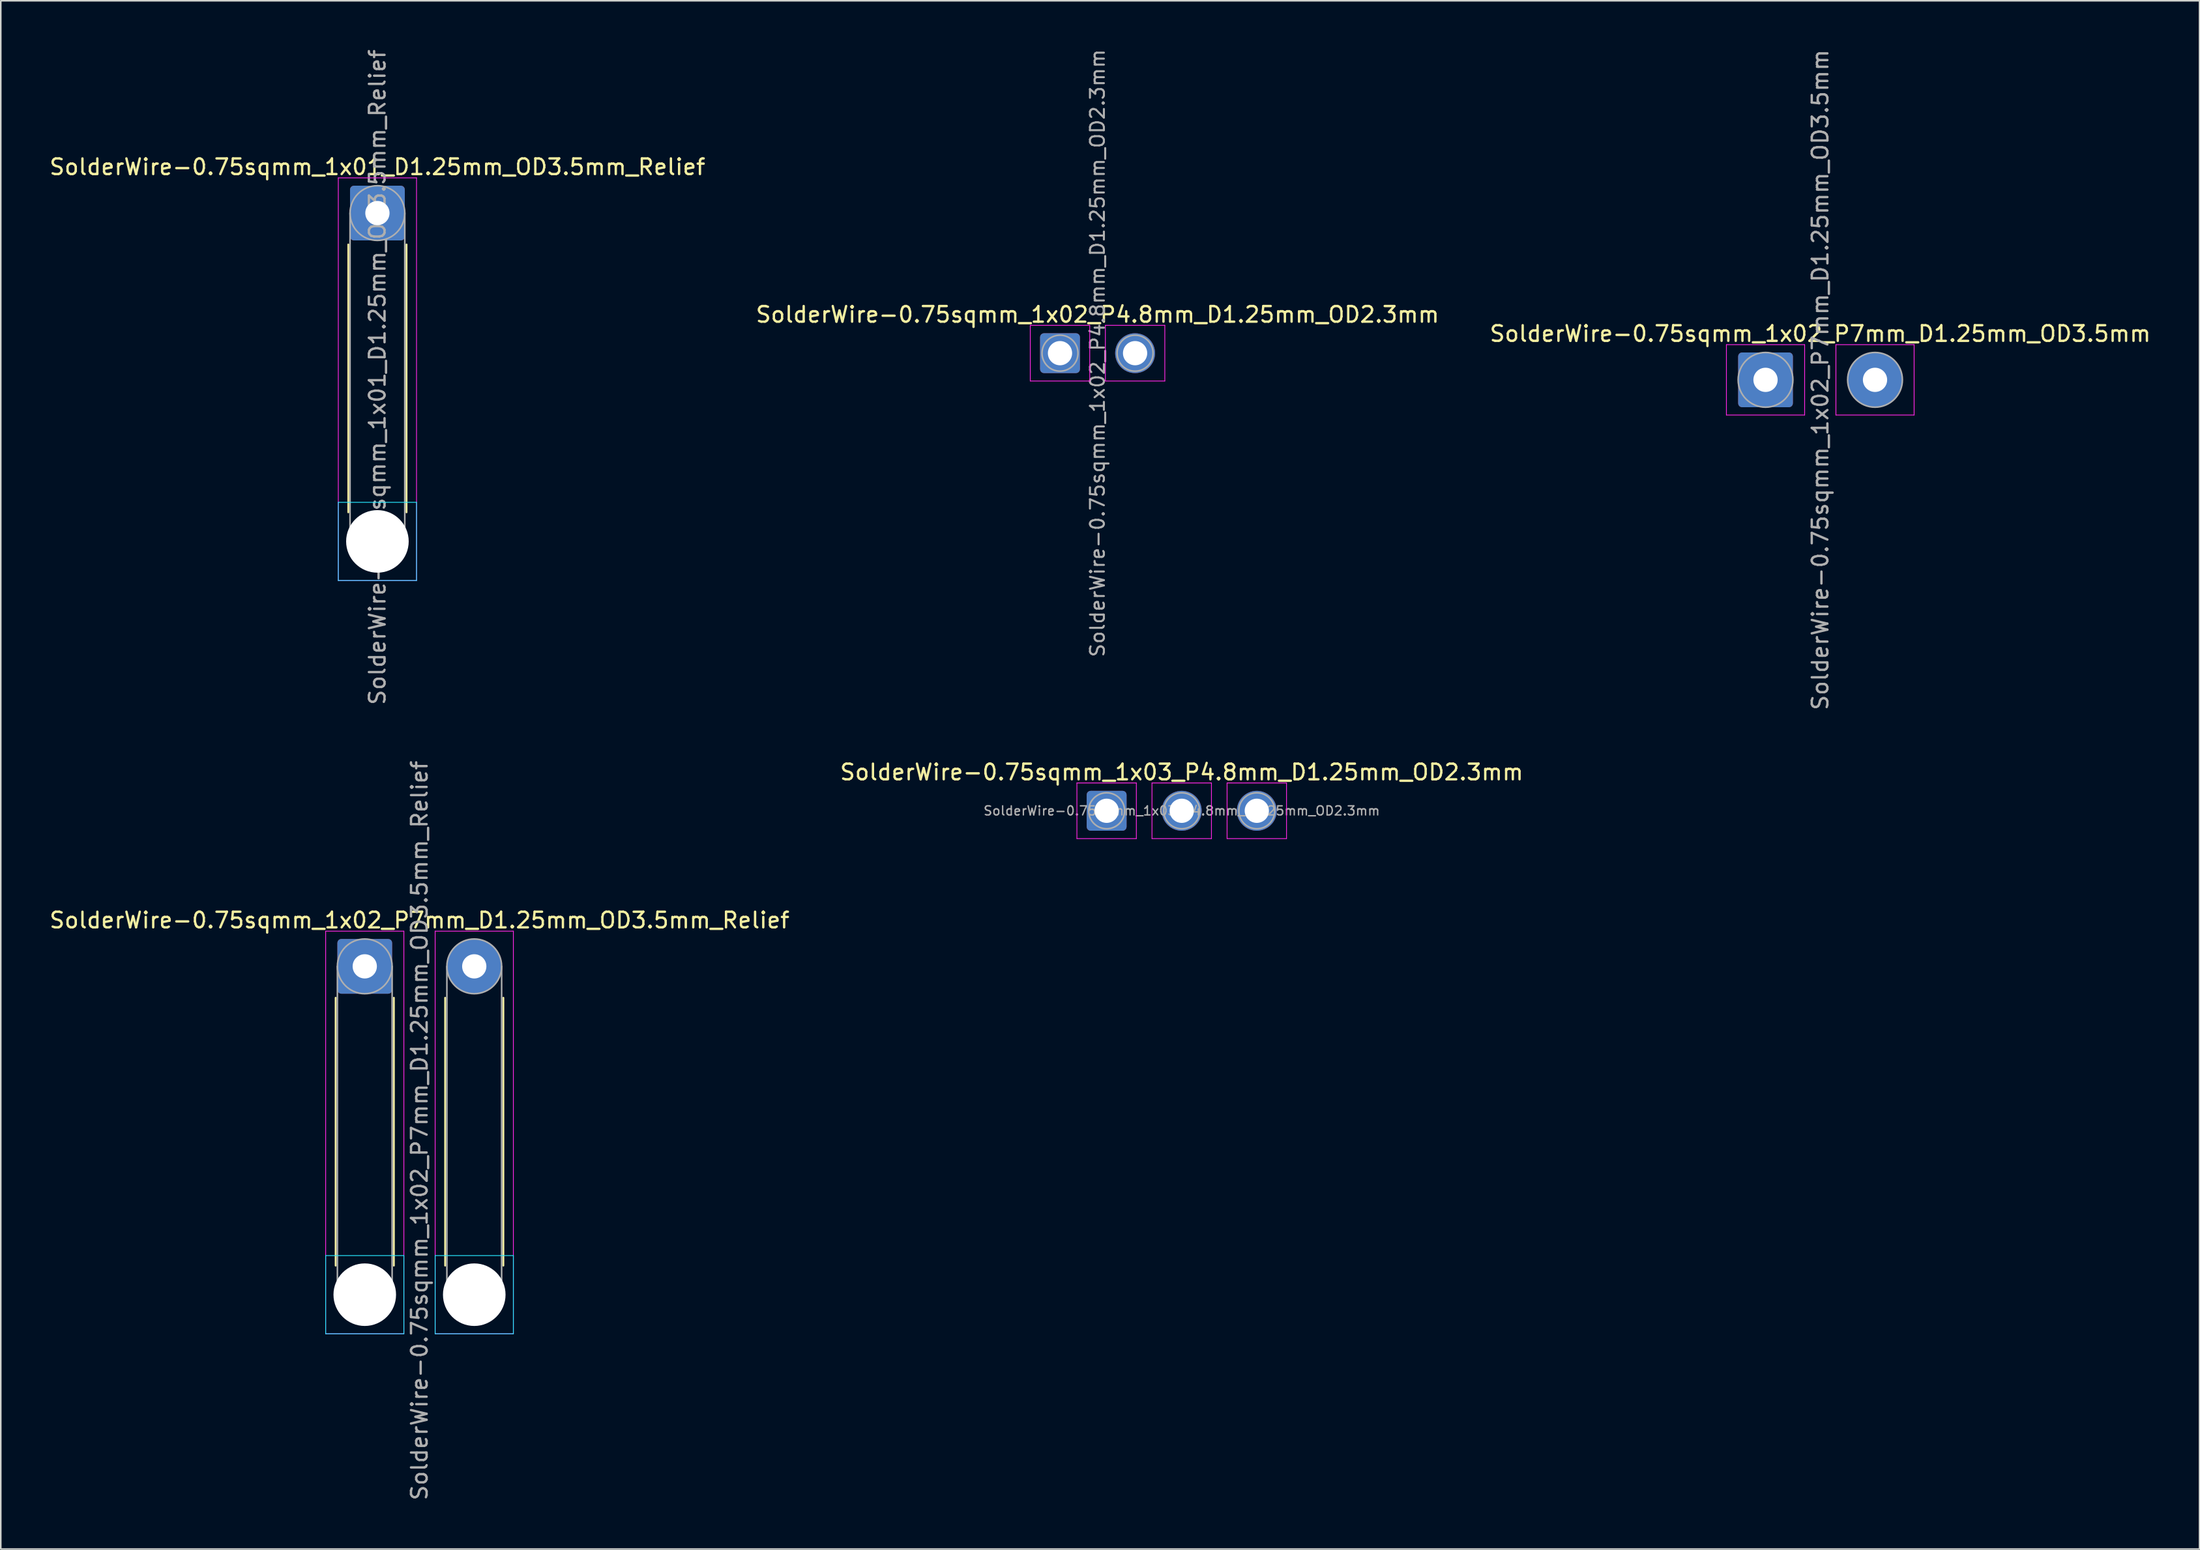
<source format=kicad_pcb>
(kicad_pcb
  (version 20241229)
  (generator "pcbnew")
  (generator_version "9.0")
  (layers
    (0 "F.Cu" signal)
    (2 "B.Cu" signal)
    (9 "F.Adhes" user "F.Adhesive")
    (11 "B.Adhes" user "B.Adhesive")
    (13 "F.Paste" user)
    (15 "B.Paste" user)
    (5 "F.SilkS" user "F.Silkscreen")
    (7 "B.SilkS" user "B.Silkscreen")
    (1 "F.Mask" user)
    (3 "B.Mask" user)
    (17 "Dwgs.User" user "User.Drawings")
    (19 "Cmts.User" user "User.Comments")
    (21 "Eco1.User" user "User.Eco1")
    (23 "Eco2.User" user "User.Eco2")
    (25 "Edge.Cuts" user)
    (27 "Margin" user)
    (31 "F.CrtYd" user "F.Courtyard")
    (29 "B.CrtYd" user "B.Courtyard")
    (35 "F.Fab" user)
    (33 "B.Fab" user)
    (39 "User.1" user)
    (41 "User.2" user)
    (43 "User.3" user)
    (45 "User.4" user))
  (footprint "SolderWire-0.75sqmm_1x02_P4.8mm_D1.25mm_OD2.3mm"
    (layer "F.Cu")
    (at 64.713 19.538)
    (property "Reference" "SolderWire-0.75sqmm_1x02_P4.8mm_D1.25mm_OD2.3mm" (at 2.4 -2.47 0) (layer "F.SilkS") (effects (font (size 1 1) (thickness 0.15))))
    (attr exclude_from_pos_files exclude_from_bom)
    (fp_line (start -1.9 -1.78) (end -1.9 1.78) (stroke (width 0.05) (type solid)) (layer "F.CrtYd"))
    (fp_line (start -1.9 1.78) (end 1.9 1.78) (stroke (width 0.05) (type solid)) (layer "F.CrtYd"))
    (fp_line (start 1.9 -1.78) (end -1.9 -1.78) (stroke (width 0.05) (type solid)) (layer "F.CrtYd"))
    (fp_line (start 1.9 1.78) (end 1.9 -1.78) (stroke (width 0.05) (type solid)) (layer "F.CrtYd"))
    (fp_line (start 2.9 -1.78) (end 2.9 1.78) (stroke (width 0.05) (type solid)) (layer "F.CrtYd"))
    (fp_line (start 2.9 1.78) (end 6.7 1.78) (stroke (width 0.05) (type solid)) (layer "F.CrtYd"))
    (fp_line (start 6.7 -1.78) (end 2.9 -1.78) (stroke (width 0.05) (type solid)) (layer "F.CrtYd"))
    (fp_line (start 6.7 1.78) (end 6.7 -1.78) (stroke (width 0.05) (type solid)) (layer "F.CrtYd"))
    (fp_circle (center 0 0) (end 1.15 0) (stroke (width 0.1) (type solid)) (fill no) (layer "F.Fab"))
    (fp_circle (center 4.8 0) (end 5.95 0) (stroke (width 0.1) (type solid)) (fill no) (layer "F.Fab"))
    (fp_text user "${REFERENCE}" (at 2.4 0 90) (layer "F.Fab") (effects (font (size 0.89 0.89) (thickness 0.13))))
    (pad "1" thru_hole roundrect (at 0 0) (size 2.55 2.55) (drill 1.55) (layers "*.Cu" "*.Mask") (roundrect_rratio 0.098))
    (pad "2" thru_hole circle (at 4.8 0) (size 2.55 2.55) (drill 1.55) (layers "*.Cu" "*.Mask")))
  (footprint "SolderWire-0.75sqmm_1x02_P7mm_D1.25mm_OD3.5mm"
    (layer "F.Cu")
    (at 109.815 21.244)
    (property "Reference" "SolderWire-0.75sqmm_1x02_P7mm_D1.25mm_OD3.5mm" (at 3.5 -2.95 0) (layer "F.SilkS") (effects (font (size 1 1) (thickness 0.15))))
    (attr exclude_from_pos_files exclude_from_bom)
    (fp_line (start -2.5 -2.25) (end -2.5 2.25) (stroke (width 0.05) (type solid)) (layer "F.CrtYd"))
    (fp_line (start -2.5 2.25) (end 2.5 2.25) (stroke (width 0.05) (type solid)) (layer "F.CrtYd"))
    (fp_line (start 2.5 -2.25) (end -2.5 -2.25) (stroke (width 0.05) (type solid)) (layer "F.CrtYd"))
    (fp_line (start 2.5 2.25) (end 2.5 -2.25) (stroke (width 0.05) (type solid)) (layer "F.CrtYd"))
    (fp_line (start 4.5 -2.25) (end 4.5 2.25) (stroke (width 0.05) (type solid)) (layer "F.CrtYd"))
    (fp_line (start 4.5 2.25) (end 9.5 2.25) (stroke (width 0.05) (type solid)) (layer "F.CrtYd"))
    (fp_line (start 9.5 -2.25) (end 4.5 -2.25) (stroke (width 0.05) (type solid)) (layer "F.CrtYd"))
    (fp_line (start 9.5 2.25) (end 9.5 -2.25) (stroke (width 0.05) (type solid)) (layer "F.CrtYd"))
    (fp_circle (center 0 0) (end 1.75 0) (stroke (width 0.1) (type solid)) (fill no) (layer "F.Fab"))
    (fp_circle (center 7 0) (end 8.75 0) (stroke (width 0.1) (type solid)) (fill no) (layer "F.Fab"))
    (fp_text user "${REFERENCE}" (at 3.5 0 90) (layer "F.Fab") (effects (font (size 1 1) (thickness 0.15))))
    (pad "1" thru_hole roundrect (at 0 0) (size 3.5 3.5) (drill 1.55) (layers "*.Cu" "*.Mask") (roundrect_rratio 0.071))
    (pad "2" thru_hole circle (at 7 0) (size 3.5 3.5) (drill 1.55) (layers "*.Cu" "*.Mask")))
  (footprint "SolderWire-0.75sqmm_1x02_P7mm_D1.25mm_OD3.5mm_Relief"
    (layer "F.Cu")
    (at 20.268 58.756)
    (property "Reference" "SolderWire-0.75sqmm_1x02_P7mm_D1.25mm_OD3.5mm_Relief" (at 3.5 -2.95 0) (layer "F.SilkS") (effects (font (size 1 1) (thickness 0.15))))
    (attr exclude_from_pos_files exclude_from_bom)
    (fp_line (start -1.86 2.01) (end -1.86 19.14) (stroke (width 0.12) (type solid)) (layer "F.SilkS"))
    (fp_line (start 1.86 2.01) (end 1.86 19.14) (stroke (width 0.12) (type solid)) (layer "F.SilkS"))
    (fp_line (start 5.14 2.01) (end 5.14 19.14) (stroke (width 0.12) (type solid)) (layer "F.SilkS"))
    (fp_line (start 8.86 2.01) (end 8.86 19.14) (stroke (width 0.12) (type solid)) (layer "F.SilkS"))
    (fp_line (start -2.5 18.5) (end -2.5 23.5) (stroke (width 0.05) (type solid)) (layer "B.CrtYd"))
    (fp_line (start -2.5 23.5) (end 2.5 23.5) (stroke (width 0.05) (type solid)) (layer "B.CrtYd"))
    (fp_line (start 2.5 18.5) (end -2.5 18.5) (stroke (width 0.05) (type solid)) (layer "B.CrtYd"))
    (fp_line (start 2.5 23.5) (end 2.5 18.5) (stroke (width 0.05) (type solid)) (layer "B.CrtYd"))
    (fp_line (start 4.5 18.5) (end 4.5 23.5) (stroke (width 0.05) (type solid)) (layer "B.CrtYd"))
    (fp_line (start 4.5 23.5) (end 9.5 23.5) (stroke (width 0.05) (type solid)) (layer "B.CrtYd"))
    (fp_line (start 9.5 18.5) (end 4.5 18.5) (stroke (width 0.05) (type solid)) (layer "B.CrtYd"))
    (fp_line (start 9.5 23.5) (end 9.5 18.5) (stroke (width 0.05) (type solid)) (layer "B.CrtYd"))
    (fp_line (start -2.5 -2.25) (end -2.5 23.5) (stroke (width 0.05) (type solid)) (layer "F.CrtYd"))
    (fp_line (start -2.5 23.5) (end 2.5 23.5) (stroke (width 0.05) (type solid)) (layer "F.CrtYd"))
    (fp_line (start 2.5 -2.25) (end -2.5 -2.25) (stroke (width 0.05) (type solid)) (layer "F.CrtYd"))
    (fp_line (start 2.5 23.5) (end 2.5 -2.25) (stroke (width 0.05) (type solid)) (layer "F.CrtYd"))
    (fp_line (start 4.5 -2.25) (end 4.5 23.5) (stroke (width 0.05) (type solid)) (layer "F.CrtYd"))
    (fp_line (start 4.5 23.5) (end 9.5 23.5) (stroke (width 0.05) (type solid)) (layer "F.CrtYd"))
    (fp_line (start 9.5 -2.25) (end 4.5 -2.25) (stroke (width 0.05) (type solid)) (layer "F.CrtYd"))
    (fp_line (start 9.5 23.5) (end 9.5 -2.25) (stroke (width 0.05) (type solid)) (layer "F.CrtYd"))
    (fp_line (start -1.75 0) (end -1.75 21) (stroke (width 0.1) (type solid)) (layer "F.Fab"))
    (fp_line (start 1.75 0) (end 1.75 21) (stroke (width 0.1) (type solid)) (layer "F.Fab"))
    (fp_line (start 5.25 0) (end 5.25 21) (stroke (width 0.1) (type solid)) (layer "F.Fab"))
    (fp_line (start 8.75 0) (end 8.75 21) (stroke (width 0.1) (type solid)) (layer "F.Fab"))
    (fp_circle (center 0 0) (end 1.75 0) (stroke (width 0.1) (type solid)) (fill no) (layer "F.Fab"))
    (fp_circle (center 0 21) (end 1.75 21) (stroke (width 0.1) (type solid)) (fill no) (layer "F.Fab"))
    (fp_circle (center 7 0) (end 8.75 0) (stroke (width 0.1) (type solid)) (fill no) (layer "F.Fab"))
    (fp_circle (center 7 21) (end 8.75 21) (stroke (width 0.1) (type solid)) (fill no) (layer "F.Fab"))
    (fp_text user "${REFERENCE}" (at 3.5 10.5 90) (layer "F.Fab") (effects (font (size 1 1) (thickness 0.15))))
    (pad "" np_thru_hole circle (at 0 21) (size 4 4) (drill 4) (layers "*.Cu" "*.Mask"))
    (pad "" np_thru_hole circle (at 7 21) (size 4 4) (drill 4) (layers "*.Cu" "*.Mask"))
    (pad "1" thru_hole roundrect (at 0 0) (size 3.5 3.5) (drill 1.55) (layers "*.Cu" "*.Mask") (roundrect_rratio 0.071))
    (pad "2" thru_hole circle (at 7 0) (size 3.5 3.5) (drill 1.55) (layers "*.Cu" "*.Mask")))
  (footprint "SolderWire-0.75sqmm_1x01_D1.25mm_OD3.5mm_Relief"
    (layer "F.Cu")
    (at 21.077 10.577)
    (property "Reference" "SolderWire-0.75sqmm_1x01_D1.25mm_OD3.5mm_Relief" (at 0 -2.95 0) (layer "F.SilkS") (effects (font (size 1 1) (thickness 0.15))))
    (attr exclude_from_pos_files exclude_from_bom)
    (fp_line (start -1.86 2.01) (end -1.86 19.14) (stroke (width 0.12) (type solid)) (layer "F.SilkS"))
    (fp_line (start 1.86 2.01) (end 1.86 19.14) (stroke (width 0.12) (type solid)) (layer "F.SilkS"))
    (fp_line (start -2.5 18.5) (end -2.5 23.5) (stroke (width 0.05) (type solid)) (layer "B.CrtYd"))
    (fp_line (start -2.5 23.5) (end 2.5 23.5) (stroke (width 0.05) (type solid)) (layer "B.CrtYd"))
    (fp_line (start 2.5 18.5) (end -2.5 18.5) (stroke (width 0.05) (type solid)) (layer "B.CrtYd"))
    (fp_line (start 2.5 23.5) (end 2.5 18.5) (stroke (width 0.05) (type solid)) (layer "B.CrtYd"))
    (fp_line (start -2.5 -2.25) (end -2.5 23.5) (stroke (width 0.05) (type solid)) (layer "F.CrtYd"))
    (fp_line (start -2.5 23.5) (end 2.5 23.5) (stroke (width 0.05) (type solid)) (layer "F.CrtYd"))
    (fp_line (start 2.5 -2.25) (end -2.5 -2.25) (stroke (width 0.05) (type solid)) (layer "F.CrtYd"))
    (fp_line (start 2.5 23.5) (end 2.5 -2.25) (stroke (width 0.05) (type solid)) (layer "F.CrtYd"))
    (fp_line (start -1.75 0) (end -1.75 21) (stroke (width 0.1) (type solid)) (layer "F.Fab"))
    (fp_line (start 1.75 0) (end 1.75 21) (stroke (width 0.1) (type solid)) (layer "F.Fab"))
    (fp_circle (center 0 0) (end 1.75 0) (stroke (width 0.1) (type solid)) (fill no) (layer "F.Fab"))
    (fp_circle (center 0 21) (end 1.75 21) (stroke (width 0.1) (type solid)) (fill no) (layer "F.Fab"))
    (fp_text user "${REFERENCE}" (at 0 10.5 90) (layer "F.Fab") (effects (font (size 1 1) (thickness 0.15))))
    (pad "" np_thru_hole circle (at 0 21) (size 4 4) (drill 4) (layers "*.Cu" "*.Mask"))
    (pad "1" thru_hole roundrect (at 0 0) (size 3.5 3.5) (drill 1.55) (layers "*.Cu" "*.Mask") (roundrect_rratio 0.071)))
  (footprint "SolderWire-0.75sqmm_1x03_P4.8mm_D1.25mm_OD2.3mm"
    (layer "F.Cu")
    (at 67.694 48.806)
    (property "Reference" "SolderWire-0.75sqmm_1x03_P4.8mm_D1.25mm_OD2.3mm" (at 4.8 -2.47 0) (layer "F.SilkS") (effects (font (size 1 1) (thickness 0.15))))
    (attr exclude_from_pos_files exclude_from_bom)
    (fp_line (start -1.9 -1.78) (end -1.9 1.78) (stroke (width 0.05) (type solid)) (layer "F.CrtYd"))
    (fp_line (start -1.9 1.78) (end 1.9 1.78) (stroke (width 0.05) (type solid)) (layer "F.CrtYd"))
    (fp_line (start 1.9 -1.78) (end -1.9 -1.78) (stroke (width 0.05) (type solid)) (layer "F.CrtYd"))
    (fp_line (start 1.9 1.78) (end 1.9 -1.78) (stroke (width 0.05) (type solid)) (layer "F.CrtYd"))
    (fp_line (start 2.9 -1.78) (end 2.9 1.78) (stroke (width 0.05) (type solid)) (layer "F.CrtYd"))
    (fp_line (start 2.9 1.78) (end 6.7 1.78) (stroke (width 0.05) (type solid)) (layer "F.CrtYd"))
    (fp_line (start 6.7 -1.78) (end 2.9 -1.78) (stroke (width 0.05) (type solid)) (layer "F.CrtYd"))
    (fp_line (start 6.7 1.78) (end 6.7 -1.78) (stroke (width 0.05) (type solid)) (layer "F.CrtYd"))
    (fp_line (start 7.7 -1.78) (end 7.7 1.78) (stroke (width 0.05) (type solid)) (layer "F.CrtYd"))
    (fp_line (start 7.7 1.78) (end 11.5 1.78) (stroke (width 0.05) (type solid)) (layer "F.CrtYd"))
    (fp_line (start 11.5 -1.78) (end 7.7 -1.78) (stroke (width 0.05) (type solid)) (layer "F.CrtYd"))
    (fp_line (start 11.5 1.78) (end 11.5 -1.78) (stroke (width 0.05) (type solid)) (layer "F.CrtYd"))
    (fp_circle (center 0 0) (end 1.15 0) (stroke (width 0.1) (type solid)) (fill no) (layer "F.Fab"))
    (fp_circle (center 4.8 0) (end 5.95 0) (stroke (width 0.1) (type solid)) (fill no) (layer "F.Fab"))
    (fp_circle (center 9.6 0) (end 10.75 0) (stroke (width 0.1) (type solid)) (fill no) (layer "F.Fab"))
    (fp_text user "${REFERENCE}" (at 4.8 0 0) (layer "F.Fab") (effects (font (size 0.58 0.58) (thickness 0.09))))
    (pad "1" thru_hole roundrect (at 0 0) (size 2.55 2.55) (drill 1.55) (layers "*.Cu" "*.Mask") (roundrect_rratio 0.098))
    (pad "2" thru_hole circle (at 4.8 0) (size 2.55 2.55) (drill 1.55) (layers "*.Cu" "*.Mask"))
    (pad "3" thru_hole circle (at 9.6 0) (size 2.55 2.55) (drill 1.55) (layers "*.Cu" "*.Mask")))
  (gr_rect
    (start -3 -3)
    (end 137.56 96.024)
    (stroke (width 0.1) (type default))
    (fill no)
    (layer "Edge.Cuts")))
</source>
